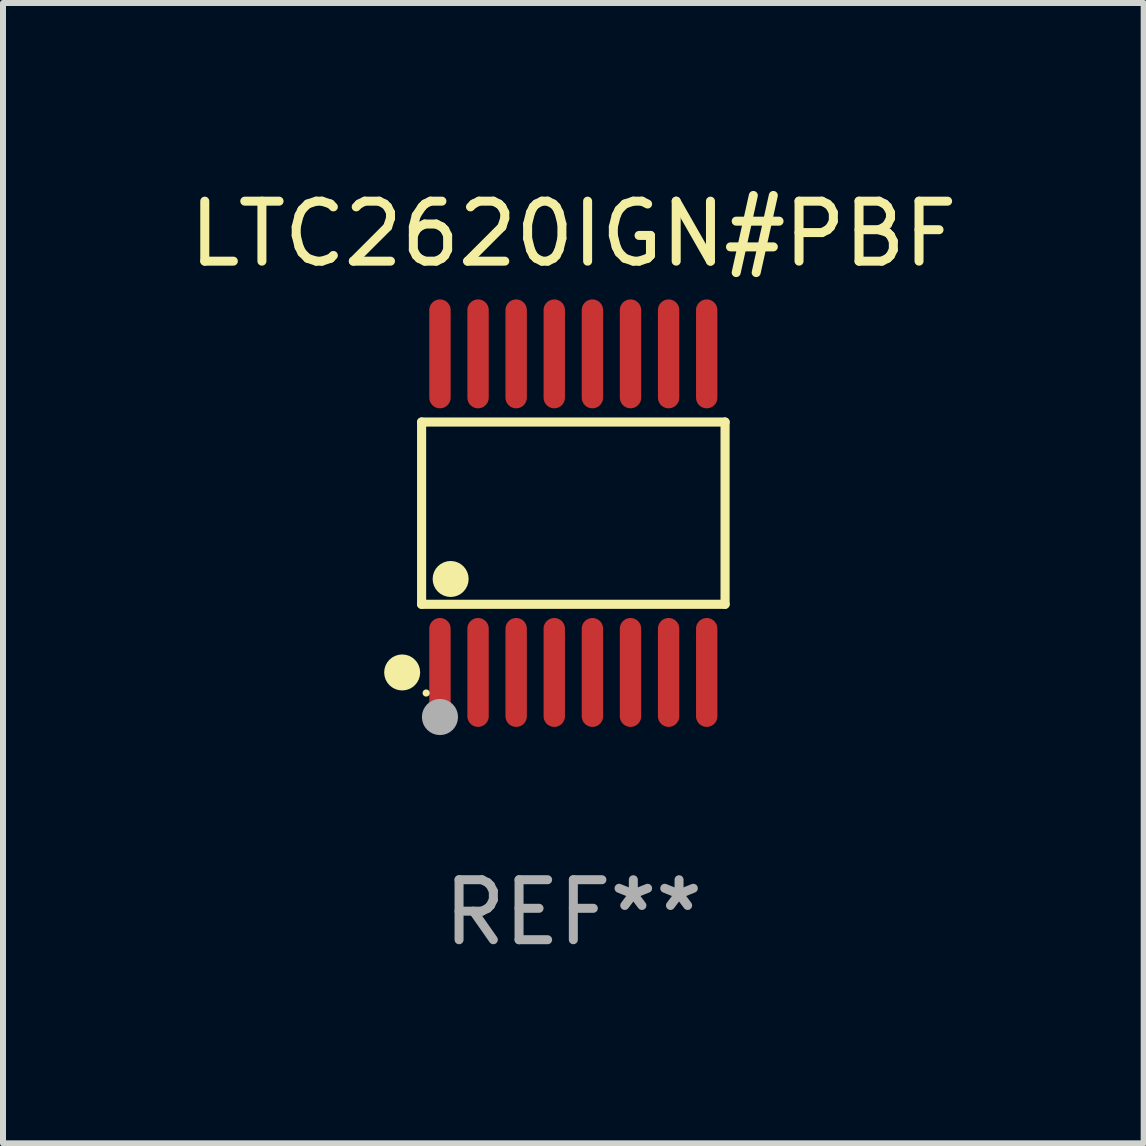
<source format=kicad_pcb>
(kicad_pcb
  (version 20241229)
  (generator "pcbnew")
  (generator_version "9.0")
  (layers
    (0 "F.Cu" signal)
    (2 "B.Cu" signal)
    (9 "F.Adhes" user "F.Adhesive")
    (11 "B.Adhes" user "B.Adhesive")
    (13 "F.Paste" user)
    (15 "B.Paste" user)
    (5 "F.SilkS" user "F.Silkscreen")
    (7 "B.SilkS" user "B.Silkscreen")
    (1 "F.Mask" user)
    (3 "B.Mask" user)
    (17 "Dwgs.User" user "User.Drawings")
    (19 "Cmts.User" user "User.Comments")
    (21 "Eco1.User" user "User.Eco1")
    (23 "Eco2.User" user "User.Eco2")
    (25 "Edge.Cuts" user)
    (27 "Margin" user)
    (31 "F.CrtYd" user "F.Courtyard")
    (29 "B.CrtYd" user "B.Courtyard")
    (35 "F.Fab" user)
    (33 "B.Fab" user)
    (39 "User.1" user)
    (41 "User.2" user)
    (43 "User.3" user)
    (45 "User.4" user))
  (footprint "LTC2620IGN#PBF"
    (layer "F.Cu")
    (at 6.506 5.503)
    (property "Reference" "LTC2620IGN#PBF" (at 0 -4.655 0) (layer "F.SilkS") (effects (font (size 1 1) (thickness 0.15))))
    (attr through_hole)
    (fp_line (start -2.529 -1.519) (end 2.529 -1.519) (stroke (width 0.152) (type solid)) (layer "F.SilkS"))
    (fp_line (start -2.529 1.519) (end -2.529 -1.519) (stroke (width 0.152) (type solid)) (layer "F.SilkS"))
    (fp_line (start 2.529 -1.519) (end 2.529 1.519) (stroke (width 0.152) (type solid)) (layer "F.SilkS"))
    (fp_line (start 2.529 1.519) (end -2.529 1.519) (stroke (width 0.152) (type solid)) (layer "F.SilkS"))
    (fp_circle (center -2.853 2.655) (end -2.703 2.655) (stroke (width 0.3) (type solid)) (fill no) (layer "F.SilkS"))
    (fp_circle (center -2.453 2.998) (end -2.423 2.998) (stroke (width 0.06) (type solid)) (fill no) (layer "F.SilkS"))
    (fp_circle (center -2.045 1.097) (end -1.895 1.097) (stroke (width 0.3) (type solid)) (fill no) (layer "F.SilkS"))
    (fp_circle (center -2.223 3.398) (end -2.072 3.398) (stroke (width 0.3) (type solid)) (fill no) (layer "F.Fab"))
    (fp_text user "REF**" (at 0 6.655 0) (layer "F.Fab") (effects (font (size 1 1) (thickness 0.15))))
    (pad "1" smd oval (at -2.223 2.655) (size 0.356 1.815) (layers "F.Cu" "F.Mask" "F.Paste"))
    (pad "2" smd oval (at -1.588 2.655) (size 0.356 1.815) (layers "F.Cu" "F.Mask" "F.Paste"))
    (pad "3" smd oval (at -0.953 2.655) (size 0.356 1.815) (layers "F.Cu" "F.Mask" "F.Paste"))
    (pad "4" smd oval (at -0.318 2.655) (size 0.356 1.815) (layers "F.Cu" "F.Mask" "F.Paste"))
    (pad "5" smd oval (at 0.318 2.655) (size 0.356 1.815) (layers "F.Cu" "F.Mask" "F.Paste"))
    (pad "6" smd oval (at 0.953 2.655) (size 0.356 1.815) (layers "F.Cu" "F.Mask" "F.Paste"))
    (pad "7" smd oval (at 1.588 2.655) (size 0.356 1.815) (layers "F.Cu" "F.Mask" "F.Paste"))
    (pad "8" smd oval (at 2.223 2.655) (size 0.356 1.815) (layers "F.Cu" "F.Mask" "F.Paste"))
    (pad "9" smd oval (at 2.223 -2.655) (size 0.356 1.815) (layers "F.Cu" "F.Mask" "F.Paste"))
    (pad "10" smd oval (at 1.588 -2.655) (size 0.356 1.815) (layers "F.Cu" "F.Mask" "F.Paste"))
    (pad "11" smd oval (at 0.953 -2.655) (size 0.356 1.815) (layers "F.Cu" "F.Mask" "F.Paste"))
    (pad "12" smd oval (at 0.318 -2.655) (size 0.356 1.815) (layers "F.Cu" "F.Mask" "F.Paste"))
    (pad "13" smd oval (at -0.318 -2.655) (size 0.356 1.815) (layers "F.Cu" "F.Mask" "F.Paste"))
    (pad "14" smd oval (at -0.953 -2.655) (size 0.356 1.815) (layers "F.Cu" "F.Mask" "F.Paste"))
    (pad "15" smd oval (at -1.588 -2.655) (size 0.356 1.815) (layers "F.Cu" "F.Mask" "F.Paste"))
    (pad "16" smd oval (at -2.223 -2.655) (size 0.356 1.815) (layers "F.Cu" "F.Mask" "F.Paste")))
  (gr_rect
    (start -3 -3)
    (end 16.012 16.006)
    (stroke (width 0.1) (type default))
    (fill no)
    (layer "Edge.Cuts")))
</source>
